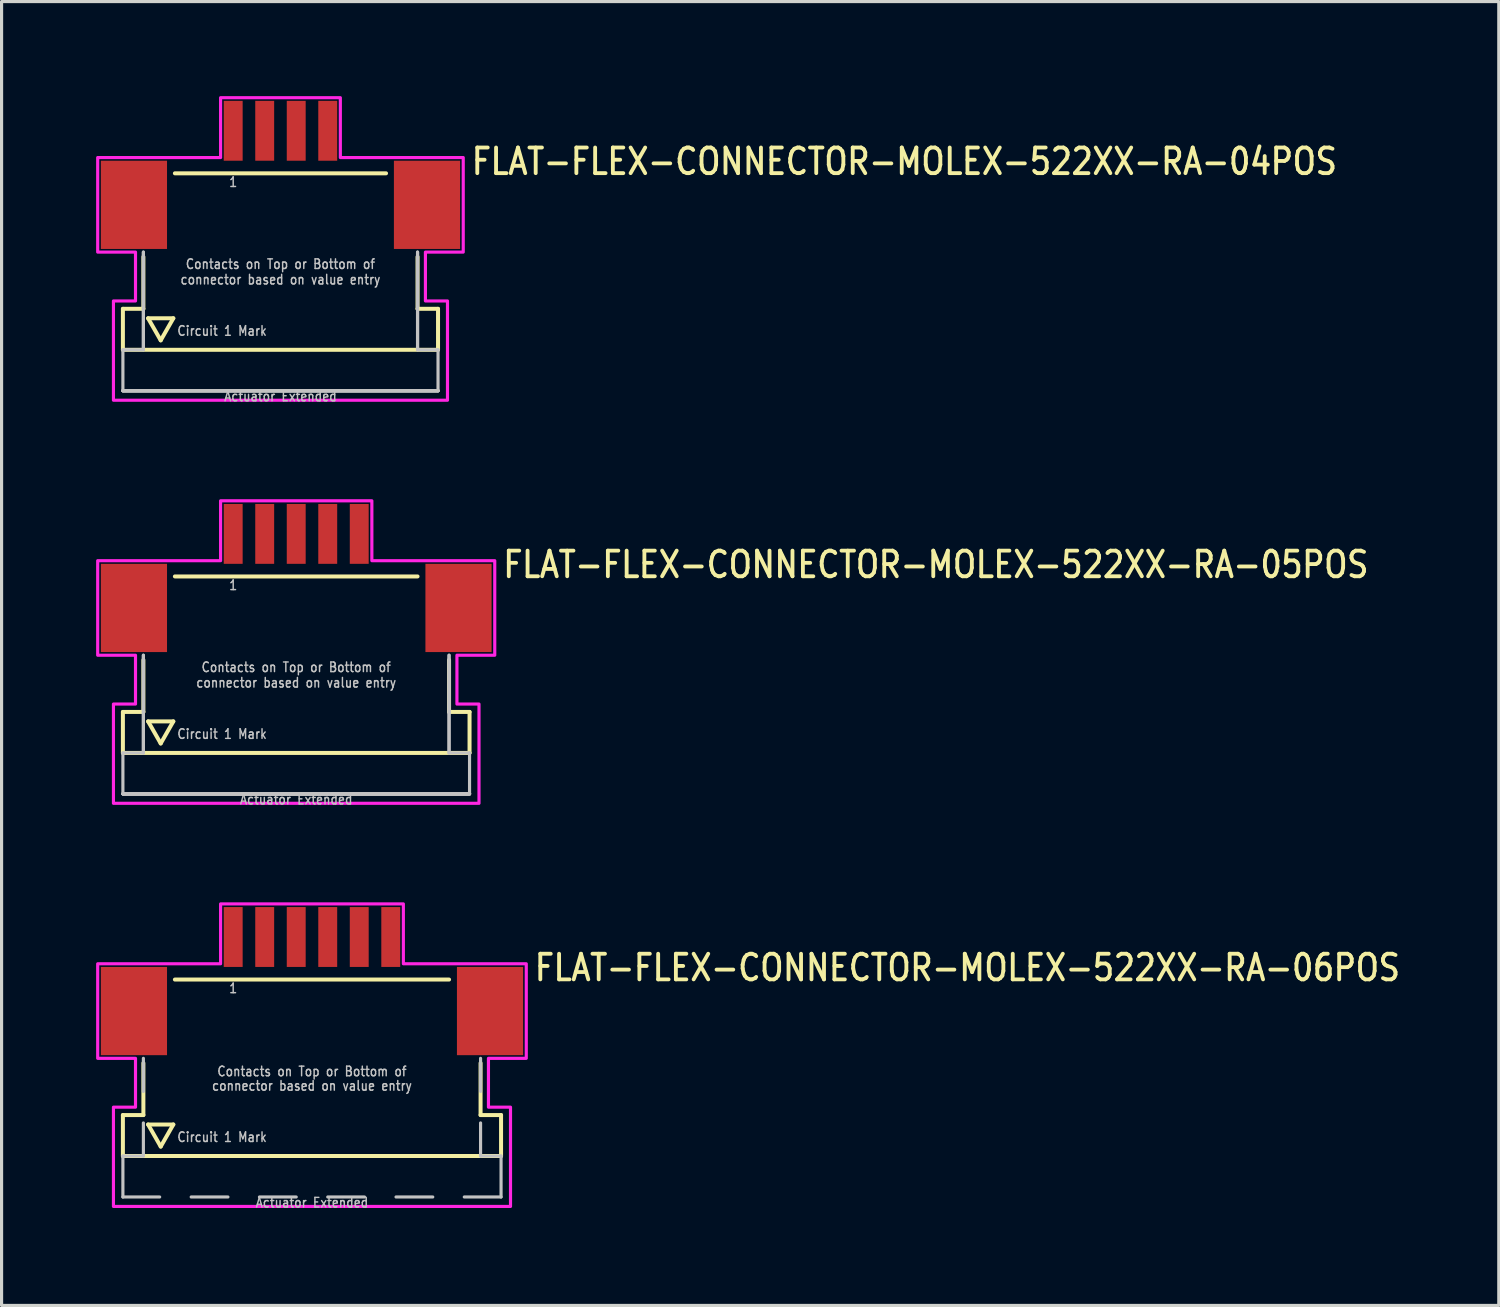
<source format=kicad_pcb>
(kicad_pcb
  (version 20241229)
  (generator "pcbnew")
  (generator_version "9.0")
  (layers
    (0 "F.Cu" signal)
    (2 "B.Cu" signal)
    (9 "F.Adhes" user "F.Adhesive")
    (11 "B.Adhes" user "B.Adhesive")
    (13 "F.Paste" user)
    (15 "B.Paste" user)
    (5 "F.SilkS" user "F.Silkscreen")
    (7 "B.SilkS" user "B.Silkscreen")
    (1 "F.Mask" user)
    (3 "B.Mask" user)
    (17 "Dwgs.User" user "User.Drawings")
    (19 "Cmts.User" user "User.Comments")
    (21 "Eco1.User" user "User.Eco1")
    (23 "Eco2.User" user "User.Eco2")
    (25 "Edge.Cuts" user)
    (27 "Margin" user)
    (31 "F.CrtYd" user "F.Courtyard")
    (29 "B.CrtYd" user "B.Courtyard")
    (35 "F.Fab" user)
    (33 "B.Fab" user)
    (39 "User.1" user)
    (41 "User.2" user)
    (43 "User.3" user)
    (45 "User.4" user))
  (footprint "FLAT-FLEX-CONNECTOR-MOLEX-522XX-RA-04POS"
    (layer "F.Cu")
    (at 5.85 2.05)
    (property "Reference" "FLAT-FLEX-CONNECTOR-MOLEX-522XX-RA-04POS" (at 6 0.5 0) (unlocked yes) (layer "F.SilkS") (effects (font (size 0.813 0.695) (thickness 0.122)) (justify left bottom)))
    (fp_line (start -5 4.7) (end -5 6) (stroke (width 0.127) (type solid)) (layer "F.SilkS"))
    (fp_line (start -5 6) (end 5 6) (stroke (width 0.127) (type solid)) (layer "F.SilkS"))
    (fp_line (start -4.35 3.05) (end -4.35 4.7) (stroke (width 0.127) (type solid)) (layer "F.SilkS"))
    (fp_line (start -4.35 4.7) (end -5 4.7) (stroke (width 0.127) (type solid)) (layer "F.SilkS"))
    (fp_line (start -4.2 5) (end -3.4 5) (stroke (width 0.127) (type solid)) (layer "F.SilkS"))
    (fp_line (start -3.8 5.7) (end -4.2 5) (stroke (width 0.127) (type solid)) (layer "F.SilkS"))
    (fp_line (start -3.4 5) (end -3.8 5.7) (stroke (width 0.127) (type solid)) (layer "F.SilkS"))
    (fp_line (start -3.35 0.4) (end 3.35 0.4) (stroke (width 0.127) (type solid)) (layer "F.SilkS"))
    (fp_line (start 4.35 3.05) (end 4.35 4.7) (stroke (width 0.127) (type solid)) (layer "F.SilkS"))
    (fp_line (start 5 4.7) (end 4.35 4.7) (stroke (width 0.127) (type solid)) (layer "F.SilkS"))
    (fp_line (start 5 6) (end 5 4.7) (stroke (width 0.127) (type solid)) (layer "F.SilkS"))
    (fp_line (start -5 6) (end -5 7.3) (stroke (width 0.1) (type solid)) (layer "Dwgs.User"))
    (fp_line (start -5 7.3) (end 5 7.3) (stroke (width 0.1) (type solid)) (layer "Dwgs.User"))
    (fp_line (start -5 7.3) (end 5 7.3) (stroke (width 0.1) (type solid)) (layer "Dwgs.User"))
    (fp_line (start -5 7.3) (end 5 7.3) (stroke (width 0.1) (type solid)) (layer "Dwgs.User"))
    (fp_line (start -5 7.3) (end 5 7.3) (stroke (width 0.1) (type solid)) (layer "Dwgs.User"))
    (fp_line (start -5 7.3) (end 5 7.3) (stroke (width 0.1) (type solid)) (layer "Dwgs.User"))
    (fp_line (start -4.35 2.9) (end -4.35 6) (stroke (width 0.1) (type solid)) (layer "Dwgs.User"))
    (fp_line (start -4.35 2.9) (end -4.35 6) (stroke (width 0.1) (type solid)) (layer "Dwgs.User"))
    (fp_line (start -4.35 6) (end -5 6) (stroke (width 0.1) (type solid)) (layer "Dwgs.User"))
    (fp_line (start 4.35 2.9) (end 4.35 6) (stroke (width 0.1) (type solid)) (layer "Dwgs.User"))
    (fp_line (start 4.35 2.9) (end 4.35 6) (stroke (width 0.1) (type solid)) (layer "Dwgs.User"))
    (fp_line (start 5 6) (end 4.35 6) (stroke (width 0.1) (type solid)) (layer "Dwgs.User"))
    (fp_line (start 5 7.3) (end 5 6) (stroke (width 0.1) (type solid)) (layer "Dwgs.User"))
    (fp_poly (pts (xy -5.8 2.9) (xy -5.8 -0.1) (xy -1.9 -0.1) (xy -1.9 -2) (xy 1.9 -2) (xy 1.9 -0.1) (xy 5.8 -0.1) (xy 5.8 2.9) (xy 4.6 2.9) (xy 4.6 4.45) (xy 5.3 4.45) (xy 5.3 7.6) (xy -5.3 7.6) (xy -5.3 4.45) (xy -4.6 4.45) (xy -4.6 2.9)) (stroke (width 0.1) (type solid)) (fill no) (layer "F.CrtYd"))
    (fp_text user "1" (at -1.5 0.5 0) (unlocked yes) (layer "Dwgs.User") (effects (font (size 0.305 0.261) (thickness 0.046)) (justify top)))
    (fp_text user "Contacts on Top or Bottom of\nconnector based on value entry" (at 0 3.95 0) (unlocked yes) (layer "Dwgs.User") (effects (font (size 0.305 0.261) (thickness 0.046)) (justify bottom)))
    (fp_text user "Circuit 1 Mark" (at -3.3 5.4 0) (unlocked yes) (layer "Dwgs.User") (effects (font (size 0.305 0.261) (thickness 0.046)) (justify left)))
    (fp_text user "Actuator Extended" (at 0 7.3 0) (unlocked yes) (layer "Dwgs.User") (effects (font (size 0.305 0.261) (thickness 0.046)) (justify top)))
    (pad "1" smd rect (at -1.5 -0.95) (size 0.6 1.9) (layers "F.Cu" "F.Mask" "F.Paste"))
    (pad "2" smd rect (at -0.5 -0.95) (size 0.6 1.9) (layers "F.Cu" "F.Mask" "F.Paste"))
    (pad "3" smd rect (at 0.5 -0.95) (size 0.6 1.9) (layers "F.Cu" "F.Mask" "F.Paste"))
    (pad "4" smd rect (at 1.5 -0.95) (size 0.6 1.9) (layers "F.Cu" "F.Mask" "F.Paste"))
    (pad "M1" smd rect (at -4.65 1.4) (size 2.1 2.8) (layers "F.Cu" "F.Mask" "F.Paste"))
    (pad "M2" smd rect (at 4.65 1.4) (size 2.1 2.8) (layers "F.Cu" "F.Mask" "F.Paste")))
  (footprint "FLAT-FLEX-CONNECTOR-MOLEX-522XX-RA-06POS"
    (layer "F.Cu")
    (at 6.85 27.634)
    (property "Reference" "FLAT-FLEX-CONNECTOR-MOLEX-522XX-RA-06POS" (at 7 0.5 0) (unlocked yes) (layer "F.SilkS") (effects (font (size 0.813 0.695) (thickness 0.122)) (justify left bottom)))
    (fp_line (start -6 4.7) (end -6 6) (stroke (width 0.127) (type solid)) (layer "F.SilkS"))
    (fp_line (start -6 6) (end 6 6) (stroke (width 0.127) (type solid)) (layer "F.SilkS"))
    (fp_line (start -5.35 3.05) (end -5.35 4.7) (stroke (width 0.127) (type solid)) (layer "F.SilkS"))
    (fp_line (start -5.35 4.7) (end -6 4.7) (stroke (width 0.127) (type solid)) (layer "F.SilkS"))
    (fp_line (start -5.2 5) (end -4.4 5) (stroke (width 0.127) (type solid)) (layer "F.SilkS"))
    (fp_line (start -4.8 5.7) (end -5.2 5) (stroke (width 0.127) (type solid)) (layer "F.SilkS"))
    (fp_line (start -4.4 5) (end -4.8 5.7) (stroke (width 0.127) (type solid)) (layer "F.SilkS"))
    (fp_line (start -4.35 0.4) (end 4.35 0.4) (stroke (width 0.127) (type solid)) (layer "F.SilkS"))
    (fp_line (start 5.35 3.05) (end 5.35 4.7) (stroke (width 0.127) (type solid)) (layer "F.SilkS"))
    (fp_line (start 6 4.7) (end 5.35 4.7) (stroke (width 0.127) (type solid)) (layer "F.SilkS"))
    (fp_line (start 6 6) (end 6 4.7) (stroke (width 0.127) (type solid)) (layer "F.SilkS"))
    (fp_line (start -6 6) (end -6 7.3) (stroke (width 0.1) (type solid)) (layer "Dwgs.User"))
    (fp_line (start -6 7.3) (end -4.833 7.3) (stroke (width 0.1) (type solid)) (layer "Dwgs.User"))
    (fp_line (start -5.35 2.9) (end -5.35 3.95) (stroke (width 0.1) (type solid)) (layer "Dwgs.User"))
    (fp_line (start -5.35 4.95) (end -5.35 6) (stroke (width 0.1) (type solid)) (layer "Dwgs.User"))
    (fp_line (start -5.35 6) (end -6 6) (stroke (width 0.1) (type solid)) (layer "Dwgs.User"))
    (fp_line (start -3.833 7.3) (end -2.667 7.3) (stroke (width 0.1) (type solid)) (layer "Dwgs.User"))
    (fp_line (start -1.667 7.3) (end -0.5 7.3) (stroke (width 0.1) (type solid)) (layer "Dwgs.User"))
    (fp_line (start 0.5 7.3) (end 1.667 7.3) (stroke (width 0.1) (type solid)) (layer "Dwgs.User"))
    (fp_line (start 2.667 7.3) (end 3.833 7.3) (stroke (width 0.1) (type solid)) (layer "Dwgs.User"))
    (fp_line (start 4.833 7.3) (end 6 7.3) (stroke (width 0.1) (type solid)) (layer "Dwgs.User"))
    (fp_line (start 5.35 2.9) (end 5.35 3.95) (stroke (width 0.1) (type solid)) (layer "Dwgs.User"))
    (fp_line (start 5.35 4.95) (end 5.35 6) (stroke (width 0.1) (type solid)) (layer "Dwgs.User"))
    (fp_line (start 6 6) (end 5.35 6) (stroke (width 0.1) (type solid)) (layer "Dwgs.User"))
    (fp_line (start 6 7.3) (end 6 6) (stroke (width 0.1) (type solid)) (layer "Dwgs.User"))
    (fp_poly (pts (xy -6.8 2.9) (xy -6.8 -0.1) (xy -2.9 -0.1) (xy -2.9 -2) (xy 2.9 -2) (xy 2.9 -0.1) (xy 6.8 -0.1) (xy 6.8 2.9) (xy 5.6 2.9) (xy 5.6 4.45) (xy 6.3 4.45) (xy 6.3 7.6) (xy -6.3 7.6) (xy -6.3 4.45) (xy -5.6 4.45) (xy -5.6 2.9)) (stroke (width 0.1) (type solid)) (fill no) (layer "F.CrtYd"))
    (fp_text user "Actuator Extended" (at 0 7.3 0) (unlocked yes) (layer "Dwgs.User") (effects (font (size 0.305 0.261) (thickness 0.046)) (justify top)))
    (fp_text user "Contacts on Top or Bottom of" (at 0 3.493 0) (unlocked yes) (layer "Dwgs.User") (effects (font (size 0.305 0.261) (thickness 0.046)) (justify bottom)))
    (fp_text user "connector based on value entry" (at 0 3.95 0) (unlocked yes) (layer "Dwgs.User") (effects (font (size 0.305 0.261) (thickness 0.046)) (justify bottom)))
    (fp_text user "1" (at -2.5 0.5 0) (unlocked yes) (layer "Dwgs.User") (effects (font (size 0.305 0.261) (thickness 0.046)) (justify top)))
    (fp_text user "Circuit 1 Mark" (at -4.3 5.4 0) (unlocked yes) (layer "Dwgs.User") (effects (font (size 0.305 0.261) (thickness 0.046)) (justify left)))
    (pad "M1" smd rect (at -5.65 1.4) (size 2.1 2.8) (layers "F.Cu" "F.Mask" "F.Paste"))
    (pad "M2" smd rect (at 5.65 1.4) (size 2.1 2.8) (layers "F.Cu" "F.Mask" "F.Paste"))
    (pad "P$1" smd rect (at -2.5 -0.95) (size 0.6 1.9) (layers "F.Cu" "F.Mask" "F.Paste"))
    (pad "P$2" smd rect (at -1.5 -0.95) (size 0.6 1.9) (layers "F.Cu" "F.Mask" "F.Paste"))
    (pad "P$3" smd rect (at -0.5 -0.95) (size 0.6 1.9) (layers "F.Cu" "F.Mask" "F.Paste"))
    (pad "P$4" smd rect (at 0.5 -0.95) (size 0.6 1.9) (layers "F.Cu" "F.Mask" "F.Paste"))
    (pad "P$5" smd rect (at 1.5 -0.95) (size 0.6 1.9) (layers "F.Cu" "F.Mask" "F.Paste"))
    (pad "P$6" smd rect (at 2.5 -0.95) (size 0.6 1.9) (layers "F.Cu" "F.Mask" "F.Paste")))
  (footprint "FLAT-FLEX-CONNECTOR-MOLEX-522XX-RA-05POS"
    (layer "F.Cu")
    (at 6.35 14.842)
    (property "Reference" "FLAT-FLEX-CONNECTOR-MOLEX-522XX-RA-05POS" (at 6.5 0.5 0) (unlocked yes) (layer "F.SilkS") (effects (font (size 0.813 0.695) (thickness 0.122)) (justify left bottom)))
    (fp_line (start -5.5 4.7) (end -5.5 6) (stroke (width 0.127) (type solid)) (layer "F.SilkS"))
    (fp_line (start -5.5 6) (end 5.5 6) (stroke (width 0.127) (type solid)) (layer "F.SilkS"))
    (fp_line (start -4.85 3.05) (end -4.85 4.7) (stroke (width 0.127) (type solid)) (layer "F.SilkS"))
    (fp_line (start -4.85 4.7) (end -5.5 4.7) (stroke (width 0.127) (type solid)) (layer "F.SilkS"))
    (fp_line (start -4.7 5) (end -3.9 5) (stroke (width 0.127) (type solid)) (layer "F.SilkS"))
    (fp_line (start -4.3 5.7) (end -4.7 5) (stroke (width 0.127) (type solid)) (layer "F.SilkS"))
    (fp_line (start -3.9 5) (end -4.3 5.7) (stroke (width 0.127) (type solid)) (layer "F.SilkS"))
    (fp_line (start -3.85 0.4) (end 3.85 0.4) (stroke (width 0.127) (type solid)) (layer "F.SilkS"))
    (fp_line (start 4.85 3.05) (end 4.85 4.7) (stroke (width 0.127) (type solid)) (layer "F.SilkS"))
    (fp_line (start 5.5 4.7) (end 4.85 4.7) (stroke (width 0.127) (type solid)) (layer "F.SilkS"))
    (fp_line (start 5.5 6) (end 5.5 4.7) (stroke (width 0.127) (type solid)) (layer "F.SilkS"))
    (fp_line (start -5.5 6) (end -5.5 7.3) (stroke (width 0.1) (type solid)) (layer "Dwgs.User"))
    (fp_line (start -5.5 7.3) (end 5.5 7.3) (stroke (width 0.1) (type solid)) (layer "Dwgs.User"))
    (fp_line (start -5.5 7.3) (end 5.5 7.3) (stroke (width 0.1) (type solid)) (layer "Dwgs.User"))
    (fp_line (start -5.5 7.3) (end 5.5 7.3) (stroke (width 0.1) (type solid)) (layer "Dwgs.User"))
    (fp_line (start -5.5 7.3) (end 5.5 7.3) (stroke (width 0.1) (type solid)) (layer "Dwgs.User"))
    (fp_line (start -5.5 7.3) (end 5.5 7.3) (stroke (width 0.1) (type solid)) (layer "Dwgs.User"))
    (fp_line (start -5.5 7.3) (end 5.5 7.3) (stroke (width 0.1) (type solid)) (layer "Dwgs.User"))
    (fp_line (start -4.85 2.9) (end -4.85 6) (stroke (width 0.1) (type solid)) (layer "Dwgs.User"))
    (fp_line (start -4.85 2.9) (end -4.85 6) (stroke (width 0.1) (type solid)) (layer "Dwgs.User"))
    (fp_line (start -4.85 6) (end -5.5 6) (stroke (width 0.1) (type solid)) (layer "Dwgs.User"))
    (fp_line (start 4.85 2.9) (end 4.85 6) (stroke (width 0.1) (type solid)) (layer "Dwgs.User"))
    (fp_line (start 4.85 2.9) (end 4.85 6) (stroke (width 0.1) (type solid)) (layer "Dwgs.User"))
    (fp_line (start 5.5 6) (end 4.85 6) (stroke (width 0.1) (type solid)) (layer "Dwgs.User"))
    (fp_line (start 5.5 7.3) (end 5.5 6) (stroke (width 0.1) (type solid)) (layer "Dwgs.User"))
    (fp_poly (pts (xy -6.3 2.9) (xy -6.3 -0.1) (xy -2.4 -0.1) (xy -2.4 -2) (xy 2.4 -2) (xy 2.4 -0.1) (xy 6.3 -0.1) (xy 6.3 2.9) (xy 5.1 2.9) (xy 5.1 4.45) (xy 5.8 4.45) (xy 5.8 7.6) (xy -5.8 7.6) (xy -5.8 4.45) (xy -5.1 4.45) (xy -5.1 2.9)) (stroke (width 0.1) (type solid)) (fill no) (layer "F.CrtYd"))
    (fp_text user "Actuator Extended" (at 0 7.3 0) (unlocked yes) (layer "Dwgs.User") (effects (font (size 0.305 0.261) (thickness 0.046)) (justify top)))
    (fp_text user "Circuit 1 Mark" (at -3.8 5.4 0) (unlocked yes) (layer "Dwgs.User") (effects (font (size 0.305 0.261) (thickness 0.046)) (justify left)))
    (fp_text user "Contacts on Top or Bottom of\nconnector based on value entry" (at 0 3.95 0) (unlocked yes) (layer "Dwgs.User") (effects (font (size 0.305 0.261) (thickness 0.046)) (justify bottom)))
    (fp_text user "1" (at -2 0.5 0) (unlocked yes) (layer "Dwgs.User") (effects (font (size 0.305 0.261) (thickness 0.046)) (justify top)))
    (pad "1" smd rect (at -2 -0.95) (size 0.6 1.9) (layers "F.Cu" "F.Mask" "F.Paste"))
    (pad "2" smd rect (at -1 -0.95) (size 0.6 1.9) (layers "F.Cu" "F.Mask" "F.Paste"))
    (pad "3" smd rect (at 0 -0.95) (size 0.6 1.9) (layers "F.Cu" "F.Mask" "F.Paste"))
    (pad "4" smd rect (at 1 -0.95) (size 0.6 1.9) (layers "F.Cu" "F.Mask" "F.Paste"))
    (pad "5" smd rect (at 2 -0.95) (size 0.6 1.9) (layers "F.Cu" "F.Mask" "F.Paste"))
    (pad "M1" smd rect (at -5.15 1.4) (size 2.1 2.8) (layers "F.Cu" "F.Mask" "F.Paste"))
    (pad "M2" smd rect (at 5.15 1.4) (size 2.1 2.8) (layers "F.Cu" "F.Mask" "F.Paste")))
  (gr_rect
    (start -3 -3)
    (end 44.511 38.376)
    (stroke (width 0.1) (type default))
    (fill no)
    (layer "Edge.Cuts")))
</source>
